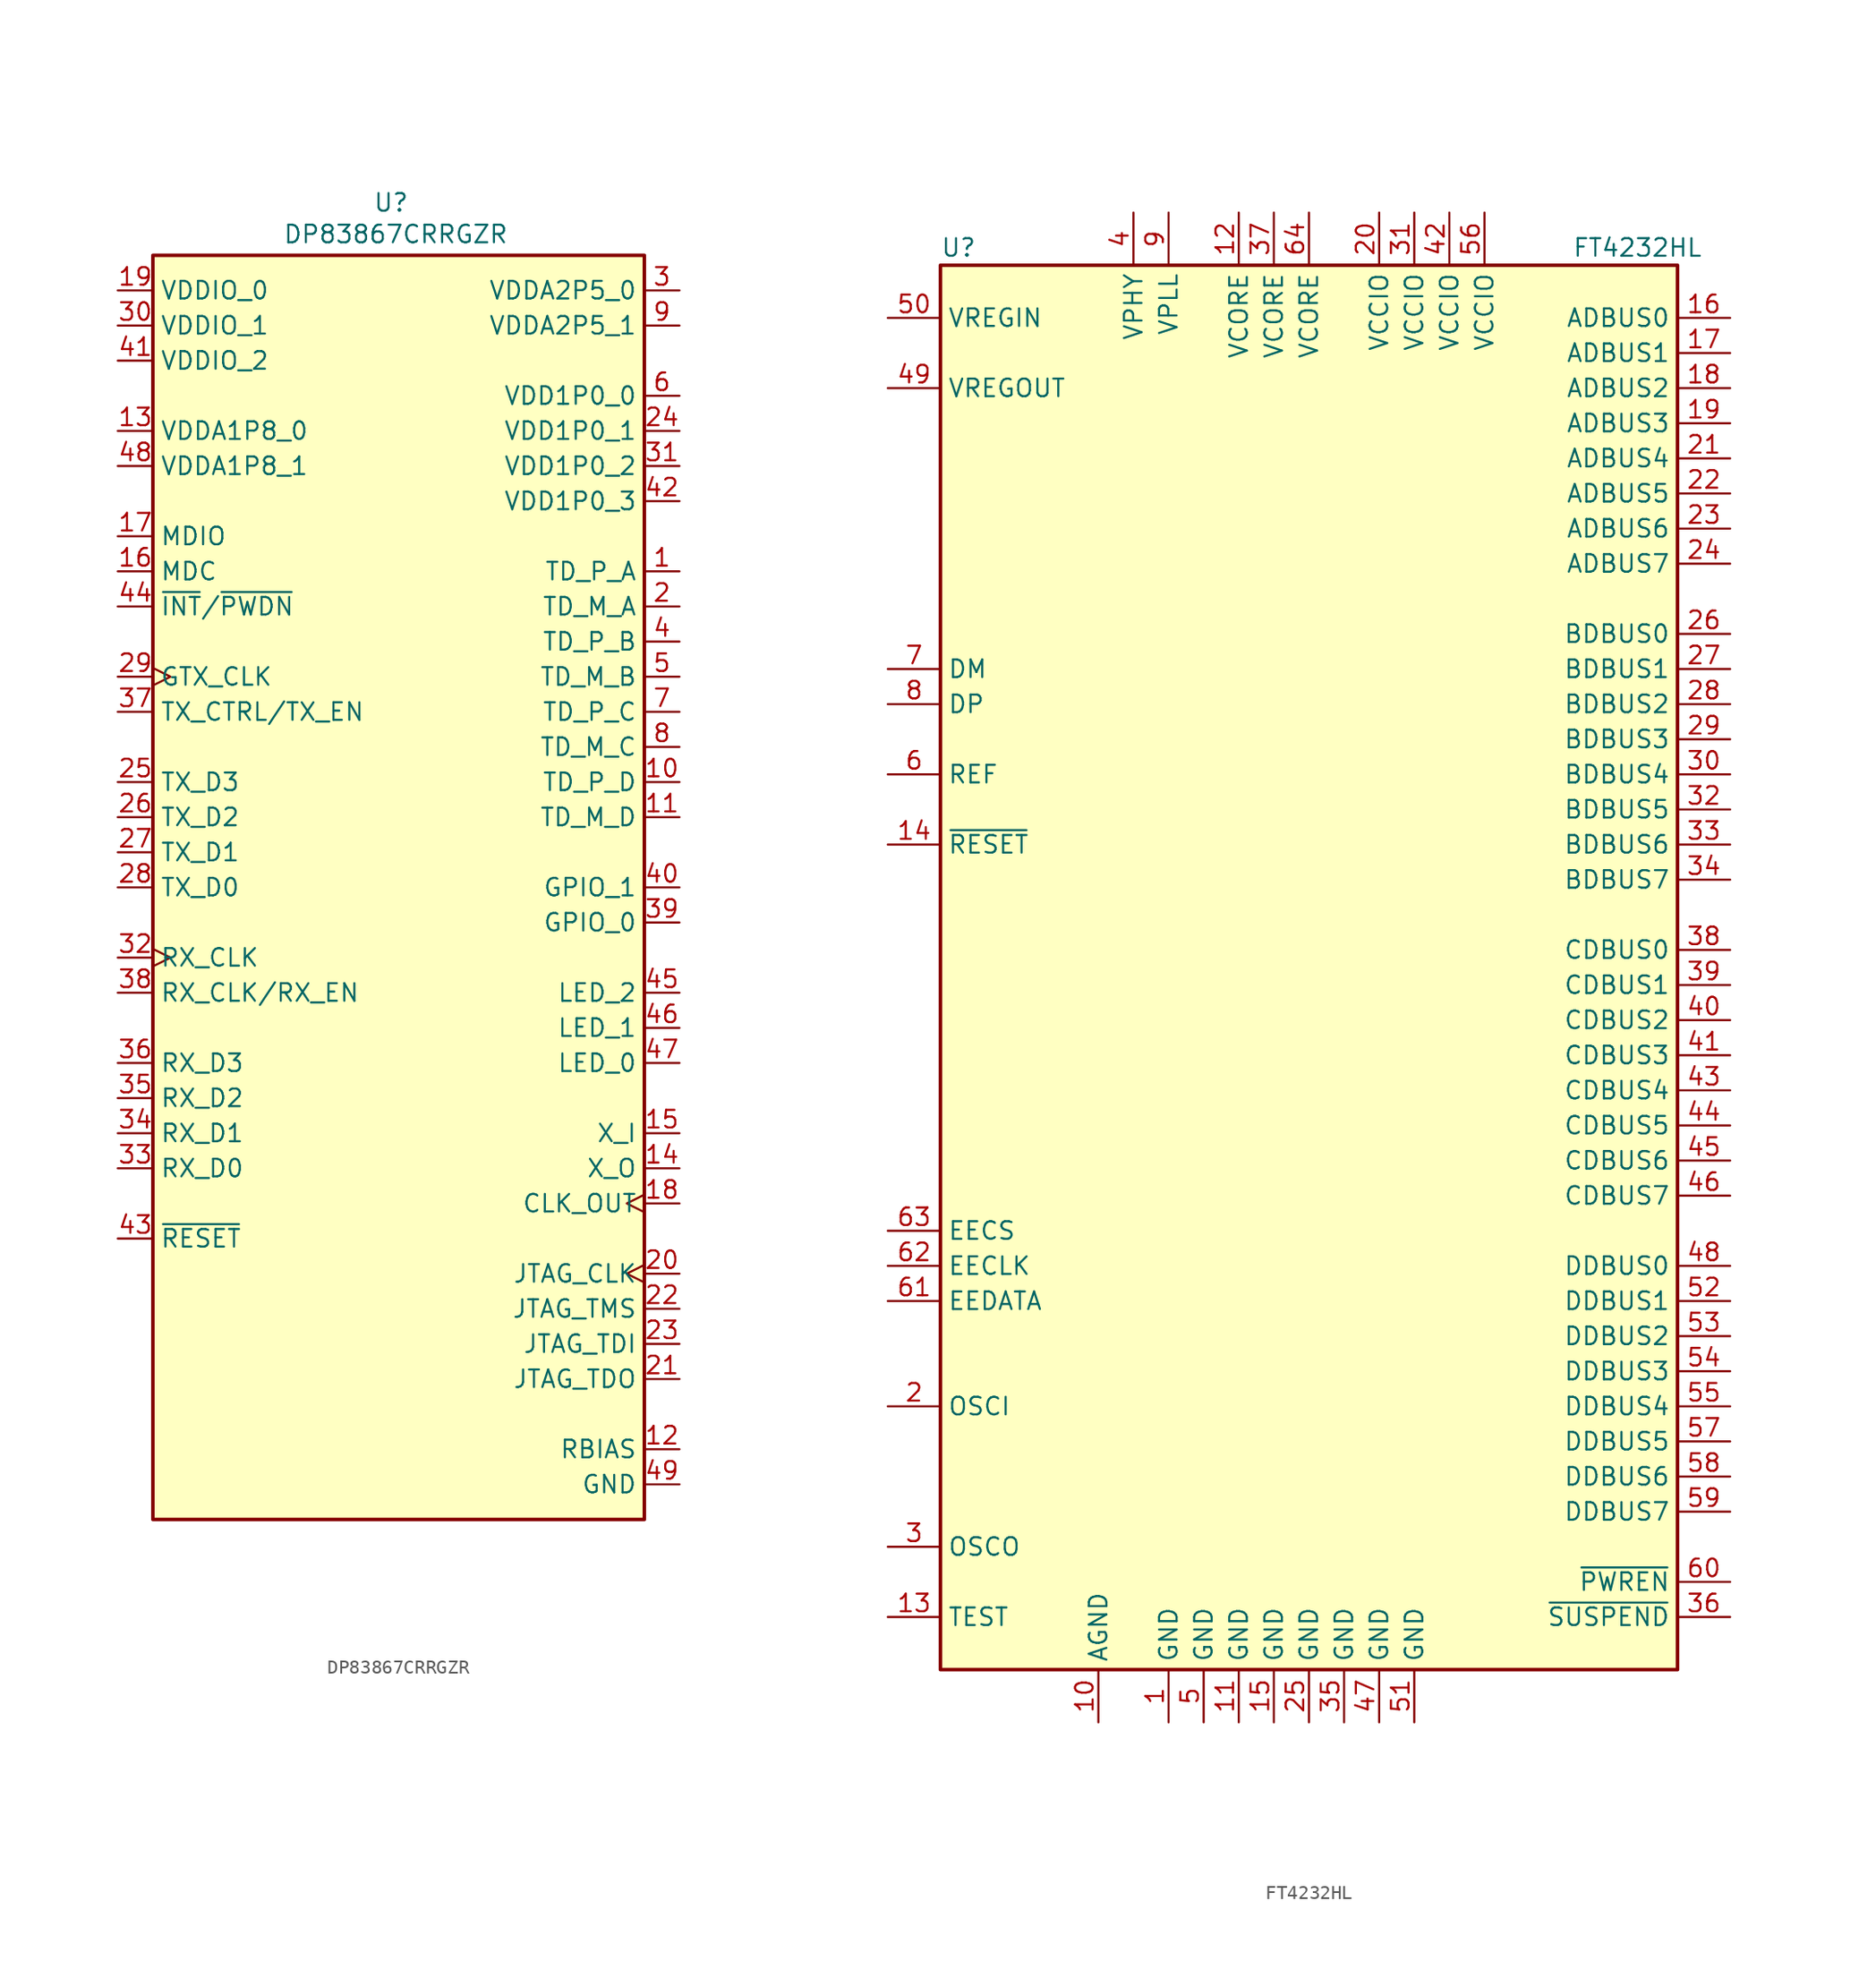
<source format=kicad_sym>
(kicad_symbol_lib
  (version 20230620)
  (generator kicad_symbol_editor)
  (symbol "DP83867CRRGZR"
    (property "Reference" "U"
      (at 0.762 49.53 0)
      (effects (font (size 1.27 1.27)) (justify right)))
    (property "Value" "DP83867CRRGZR"
      (at -8.382 47.244 0)
      (effects (font (size 1.27 1.27)) (justify left)))
    (symbol "DP83867CRRGZR_0_1"
      (rectangle (start -17.78 45.72) (end 17.78 -45.72) (stroke (width 0.254) (type default)) (fill (type background))))
    (symbol "DP83867CRRGZR_1_1"
      (pin passive line (at 20.32 22.86 180) (length 2.54) (name "TD_P_A" (effects (font (size 1.27 1.27)))) (number "1" (effects (font (size 1.27 1.27)))))
      (pin passive line (at 20.32 7.62 180) (length 2.54) (name "TD_P_D" (effects (font (size 1.27 1.27)))) (number "10" (effects (font (size 1.27 1.27)))))
      (pin passive line (at 20.32 5.08 180) (length 2.54) (name "TD_M_D" (effects (font (size 1.27 1.27)))) (number "11" (effects (font (size 1.27 1.27)))))
      (pin passive line (at 20.32 -40.64 180) (length 2.54) (name "RBIAS" (effects (font (size 1.27 1.27)))) (number "12" (effects (font (size 1.27 1.27)))))
      (pin power_in line (at -20.32 33.02 0) (length 2.54) (name "VDDA1P8_0" (effects (font (size 1.27 1.27)))) (number "13" (effects (font (size 1.27 1.27)))))
      (pin output line (at 20.32 -20.32 180) (length 2.54) (name "X_O" (effects (font (size 1.27 1.27)))) (number "14" (effects (font (size 1.27 1.27)))))
      (pin input line (at 20.32 -17.78 180) (length 2.54) (name "X_I" (effects (font (size 1.27 1.27)))) (number "15" (effects (font (size 1.27 1.27)))))
      (pin input line (at -20.32 22.86 0) (length 2.54) (name "MDC" (effects (font (size 1.27 1.27)))) (number "16" (effects (font (size 1.27 1.27)))))
      (pin bidirectional line (at -20.32 25.4 0) (length 2.54) (name "MDIO" (effects (font (size 1.27 1.27)))) (number "17" (effects (font (size 1.27 1.27)))))
      (pin output clock (at 20.32 -22.86 180) (length 2.54) (name "CLK_OUT" (effects (font (size 1.27 1.27)))) (number "18" (effects (font (size 1.27 1.27)))))
      (pin power_in line (at -20.32 43.18 0) (length 2.54) (name "VDDIO_0" (effects (font (size 1.27 1.27)))) (number "19" (effects (font (size 1.27 1.27)))))
      (pin passive line (at 20.32 20.32 180) (length 2.54) (name "TD_M_A" (effects (font (size 1.27 1.27)))) (number "2" (effects (font (size 1.27 1.27)))))
      (pin input clock (at 20.32 -27.94 180) (length 2.54) (name "JTAG_CLK" (effects (font (size 1.27 1.27)))) (number "20" (effects (font (size 1.27 1.27)))))
      (pin output line (at 20.32 -35.56 180) (length 2.54) (name "JTAG_TDO" (effects (font (size 1.27 1.27)))) (number "21" (effects (font (size 1.27 1.27)))))
      (pin input line (at 20.32 -30.48 180) (length 2.54) (name "JTAG_TMS" (effects (font (size 1.27 1.27)))) (number "22" (effects (font (size 1.27 1.27)))))
      (pin input line (at 20.32 -33.02 180) (length 2.54) (name "JTAG_TDI" (effects (font (size 1.27 1.27)))) (number "23" (effects (font (size 1.27 1.27)))))
      (pin power_in line (at 20.32 33.02 180) (length 2.54) (name "VDD1P0_1" (effects (font (size 1.27 1.27)))) (number "24" (effects (font (size 1.27 1.27)))))
      (pin input line (at -20.32 7.62 0) (length 2.54) (name "TX_D3" (effects (font (size 1.27 1.27)))) (number "25" (effects (font (size 1.27 1.27)))))
      (pin input line (at -20.32 5.08 0) (length 2.54) (name "TX_D2" (effects (font (size 1.27 1.27)))) (number "26" (effects (font (size 1.27 1.27)))))
      (pin input line (at -20.32 2.54 0) (length 2.54) (name "TX_D1" (effects (font (size 1.27 1.27)))) (number "27" (effects (font (size 1.27 1.27)))))
      (pin input line (at -20.32 0 0) (length 2.54) (name "TX_D0" (effects (font (size 1.27 1.27)))) (number "28" (effects (font (size 1.27 1.27)))))
      (pin input clock (at -20.32 15.24 0) (length 2.54) (name "GTX_CLK" (effects (font (size 1.27 1.27)))) (number "29" (effects (font (size 1.27 1.27)))))
      (pin power_in line (at 20.32 43.18 180) (length 2.54) (name "VDDA2P5_0" (effects (font (size 1.27 1.27)))) (number "3" (effects (font (size 1.27 1.27)))))
      (pin power_in line (at -20.32 40.64 0) (length 2.54) (name "VDDIO_1" (effects (font (size 1.27 1.27)))) (number "30" (effects (font (size 1.27 1.27)))))
      (pin power_in line (at 20.32 30.48 180) (length 2.54) (name "VDD1P0_2" (effects (font (size 1.27 1.27)))) (number "31" (effects (font (size 1.27 1.27)))))
      (pin output clock (at -20.32 -5.08 0) (length 2.54) (name "RX_CLK" (effects (font (size 1.27 1.27)))) (number "32" (effects (font (size 1.27 1.27)))))
      (pin output line (at -20.32 -20.32 0) (length 2.54) (name "RX_D0" (effects (font (size 1.27 1.27)))) (number "33" (effects (font (size 1.27 1.27)))))
      (pin output line (at -20.32 -17.78 0) (length 2.54) (name "RX_D1" (effects (font (size 1.27 1.27)))) (number "34" (effects (font (size 1.27 1.27)))))
      (pin output line (at -20.32 -15.24 0) (length 2.54) (name "RX_D2" (effects (font (size 1.27 1.27)))) (number "35" (effects (font (size 1.27 1.27)))))
      (pin output line (at -20.32 -12.7 0) (length 2.54) (name "RX_D3" (effects (font (size 1.27 1.27)))) (number "36" (effects (font (size 1.27 1.27)))))
      (pin input line (at -20.32 12.7 0) (length 2.54) (name "TX_CTRL/TX_EN" (effects (font (size 1.27 1.27)))) (number "37" (effects (font (size 1.27 1.27)))))
      (pin output line (at -20.32 -7.62 0) (length 2.54) (name "RX_CLK/RX_EN" (effects (font (size 1.27 1.27)))) (number "38" (effects (font (size 1.27 1.27)))))
      (pin bidirectional line (at 20.32 -2.54 180) (length 2.54) (name "GPIO_0" (effects (font (size 1.27 1.27)))) (number "39" (effects (font (size 1.27 1.27)))))
      (pin passive line (at 20.32 17.78 180) (length 2.54) (name "TD_P_B" (effects (font (size 1.27 1.27)))) (number "4" (effects (font (size 1.27 1.27)))))
      (pin bidirectional line (at 20.32 0 180) (length 2.54) (name "GPIO_1" (effects (font (size 1.27 1.27)))) (number "40" (effects (font (size 1.27 1.27)))))
      (pin power_in line (at -20.32 38.1 0) (length 2.54) (name "VDDIO_2" (effects (font (size 1.27 1.27)))) (number "41" (effects (font (size 1.27 1.27)))))
      (pin power_in line (at 20.32 27.94 180) (length 2.54) (name "VDD1P0_3" (effects (font (size 1.27 1.27)))) (number "42" (effects (font (size 1.27 1.27)))))
      (pin input line (at -20.32 -25.4 0) (length 2.54) (name "~{RESET}" (effects (font (size 1.27 1.27)))) (number "43" (effects (font (size 1.27 1.27)))))
      (pin bidirectional line (at -20.32 20.32 0) (length 2.54) (name "~{INT}/~{PWDN}" (effects (font (size 1.27 1.27)))) (number "44" (effects (font (size 1.27 1.27)))))
      (pin bidirectional line (at 20.32 -7.62 180) (length 2.54) (name "LED_2" (effects (font (size 1.27 1.27)))) (number "45" (effects (font (size 1.27 1.27)))))
      (pin bidirectional line (at 20.32 -10.16 180) (length 2.54) (name "LED_1" (effects (font (size 1.27 1.27)))) (number "46" (effects (font (size 1.27 1.27)))))
      (pin bidirectional line (at 20.32 -12.7 180) (length 2.54) (name "LED_0" (effects (font (size 1.27 1.27)))) (number "47" (effects (font (size 1.27 1.27)))))
      (pin power_in line (at -20.32 30.48 0) (length 2.54) (name "VDDA1P8_1" (effects (font (size 1.27 1.27)))) (number "48" (effects (font (size 1.27 1.27)))))
      (pin power_in line (at 20.32 -43.18 180) (length 2.54) (name "GND" (effects (font (size 1.27 1.27)))) (number "49" (effects (font (size 1.27 1.27)))))
      (pin passive line (at 20.32 15.24 180) (length 2.54) (name "TD_M_B" (effects (font (size 1.27 1.27)))) (number "5" (effects (font (size 1.27 1.27)))))
      (pin power_in line (at 20.32 35.56 180) (length 2.54) (name "VDD1P0_0" (effects (font (size 1.27 1.27)))) (number "6" (effects (font (size 1.27 1.27)))))
      (pin passive line (at 20.32 12.7 180) (length 2.54) (name "TD_P_C" (effects (font (size 1.27 1.27)))) (number "7" (effects (font (size 1.27 1.27)))))
      (pin passive line (at 20.32 10.16 180) (length 2.54) (name "TD_M_C" (effects (font (size 1.27 1.27)))) (number "8" (effects (font (size 1.27 1.27)))))
      (pin power_in line (at 20.32 40.64 180) (length 2.54) (name "VDDA2P5_1" (effects (font (size 1.27 1.27)))) (number "9" (effects (font (size 1.27 1.27)))))))
  (symbol "FT4232HL"
    (property "Reference" "U"
      (at -26.67 53.34 0)
      (effects (font (size 1.27 1.27)) (justify left)))
    (property "Value" "FT4232HL"
      (at 19.05 53.34 0)
      (effects (font (size 1.27 1.27)) (justify left)))
    (symbol "FT4232HL_0_1"
      (rectangle (start -26.67 -49.53) (end 26.67 52.07) (stroke (width 0.254) (type default)) (fill (type background))))
    (symbol "FT4232HL_1_1"
      (pin power_in line (at -10.16 -53.34 90) (length 3.81) (name "GND" (effects (font (size 1.27 1.27)))) (number "1" (effects (font (size 1.27 1.27)))))
      (pin power_in line (at -15.24 -53.34 90) (length 3.81) (name "AGND" (effects (font (size 1.27 1.27)))) (number "10" (effects (font (size 1.27 1.27)))))
      (pin power_in line (at -5.08 -53.34 90) (length 3.81) (name "GND" (effects (font (size 1.27 1.27)))) (number "11" (effects (font (size 1.27 1.27)))))
      (pin power_in line (at -5.08 55.88 270) (length 3.81) (name "VCORE" (effects (font (size 1.27 1.27)))) (number "12" (effects (font (size 1.27 1.27)))))
      (pin input line (at -30.48 -45.72 0) (length 3.81) (name "TEST" (effects (font (size 1.27 1.27)))) (number "13" (effects (font (size 1.27 1.27)))))
      (pin input line (at -30.48 10.16 0) (length 3.81) (name "~{RESET}" (effects (font (size 1.27 1.27)))) (number "14" (effects (font (size 1.27 1.27)))))
      (pin power_in line (at -2.54 -53.34 90) (length 3.81) (name "GND" (effects (font (size 1.27 1.27)))) (number "15" (effects (font (size 1.27 1.27)))))
      (pin bidirectional line (at 30.48 48.26 180) (length 3.81) (name "ADBUS0" (effects (font (size 1.27 1.27)))) (number "16" (effects (font (size 1.27 1.27)))))
      (pin bidirectional line (at 30.48 45.72 180) (length 3.81) (name "ADBUS1" (effects (font (size 1.27 1.27)))) (number "17" (effects (font (size 1.27 1.27)))))
      (pin bidirectional line (at 30.48 43.18 180) (length 3.81) (name "ADBUS2" (effects (font (size 1.27 1.27)))) (number "18" (effects (font (size 1.27 1.27)))))
      (pin bidirectional line (at 30.48 40.64 180) (length 3.81) (name "ADBUS3" (effects (font (size 1.27 1.27)))) (number "19" (effects (font (size 1.27 1.27)))))
      (pin input line (at -30.48 -30.48 0) (length 3.81) (name "OSCI" (effects (font (size 1.27 1.27)))) (number "2" (effects (font (size 1.27 1.27)))))
      (pin power_in line (at 5.08 55.88 270) (length 3.81) (name "VCCIO" (effects (font (size 1.27 1.27)))) (number "20" (effects (font (size 1.27 1.27)))))
      (pin bidirectional line (at 30.48 38.1 180) (length 3.81) (name "ADBUS4" (effects (font (size 1.27 1.27)))) (number "21" (effects (font (size 1.27 1.27)))))
      (pin bidirectional line (at 30.48 35.56 180) (length 3.81) (name "ADBUS5" (effects (font (size 1.27 1.27)))) (number "22" (effects (font (size 1.27 1.27)))))
      (pin bidirectional line (at 30.48 33.02 180) (length 3.81) (name "ADBUS6" (effects (font (size 1.27 1.27)))) (number "23" (effects (font (size 1.27 1.27)))))
      (pin bidirectional line (at 30.48 30.48 180) (length 3.81) (name "ADBUS7" (effects (font (size 1.27 1.27)))) (number "24" (effects (font (size 1.27 1.27)))))
      (pin power_in line (at 0 -53.34 90) (length 3.81) (name "GND" (effects (font (size 1.27 1.27)))) (number "25" (effects (font (size 1.27 1.27)))))
      (pin bidirectional line (at 30.48 25.4 180) (length 3.81) (name "BDBUS0" (effects (font (size 1.27 1.27)))) (number "26" (effects (font (size 1.27 1.27)))))
      (pin bidirectional line (at 30.48 22.86 180) (length 3.81) (name "BDBUS1" (effects (font (size 1.27 1.27)))) (number "27" (effects (font (size 1.27 1.27)))))
      (pin bidirectional line (at 30.48 20.32 180) (length 3.81) (name "BDBUS2" (effects (font (size 1.27 1.27)))) (number "28" (effects (font (size 1.27 1.27)))))
      (pin bidirectional line (at 30.48 17.78 180) (length 3.81) (name "BDBUS3" (effects (font (size 1.27 1.27)))) (number "29" (effects (font (size 1.27 1.27)))))
      (pin output line (at -30.48 -40.64 0) (length 3.81) (name "OSCO" (effects (font (size 1.27 1.27)))) (number "3" (effects (font (size 1.27 1.27)))))
      (pin bidirectional line (at 30.48 15.24 180) (length 3.81) (name "BDBUS4" (effects (font (size 1.27 1.27)))) (number "30" (effects (font (size 1.27 1.27)))))
      (pin power_in line (at 7.62 55.88 270) (length 3.81) (name "VCCIO" (effects (font (size 1.27 1.27)))) (number "31" (effects (font (size 1.27 1.27)))))
      (pin bidirectional line (at 30.48 12.7 180) (length 3.81) (name "BDBUS5" (effects (font (size 1.27 1.27)))) (number "32" (effects (font (size 1.27 1.27)))))
      (pin bidirectional line (at 30.48 10.16 180) (length 3.81) (name "BDBUS6" (effects (font (size 1.27 1.27)))) (number "33" (effects (font (size 1.27 1.27)))))
      (pin bidirectional line (at 30.48 7.62 180) (length 3.81) (name "BDBUS7" (effects (font (size 1.27 1.27)))) (number "34" (effects (font (size 1.27 1.27)))))
      (pin power_in line (at 2.54 -53.34 90) (length 3.81) (name "GND" (effects (font (size 1.27 1.27)))) (number "35" (effects (font (size 1.27 1.27)))))
      (pin output line (at 30.48 -45.72 180) (length 3.81) (name "~{SUSPEND}" (effects (font (size 1.27 1.27)))) (number "36" (effects (font (size 1.27 1.27)))))
      (pin power_in line (at -2.54 55.88 270) (length 3.81) (name "VCORE" (effects (font (size 1.27 1.27)))) (number "37" (effects (font (size 1.27 1.27)))))
      (pin bidirectional line (at 30.48 2.54 180) (length 3.81) (name "CDBUS0" (effects (font (size 1.27 1.27)))) (number "38" (effects (font (size 1.27 1.27)))))
      (pin bidirectional line (at 30.48 0 180) (length 3.81) (name "CDBUS1" (effects (font (size 1.27 1.27)))) (number "39" (effects (font (size 1.27 1.27)))))
      (pin power_in line (at -12.7 55.88 270) (length 3.81) (name "VPHY" (effects (font (size 1.27 1.27)))) (number "4" (effects (font (size 1.27 1.27)))))
      (pin bidirectional line (at 30.48 -2.54 180) (length 3.81) (name "CDBUS2" (effects (font (size 1.27 1.27)))) (number "40" (effects (font (size 1.27 1.27)))))
      (pin bidirectional line (at 30.48 -5.08 180) (length 3.81) (name "CDBUS3" (effects (font (size 1.27 1.27)))) (number "41" (effects (font (size 1.27 1.27)))))
      (pin power_in line (at 10.16 55.88 270) (length 3.81) (name "VCCIO" (effects (font (size 1.27 1.27)))) (number "42" (effects (font (size 1.27 1.27)))))
      (pin bidirectional line (at 30.48 -7.62 180) (length 3.81) (name "CDBUS4" (effects (font (size 1.27 1.27)))) (number "43" (effects (font (size 1.27 1.27)))))
      (pin bidirectional line (at 30.48 -10.16 180) (length 3.81) (name "CDBUS5" (effects (font (size 1.27 1.27)))) (number "44" (effects (font (size 1.27 1.27)))))
      (pin bidirectional line (at 30.48 -12.7 180) (length 3.81) (name "CDBUS6" (effects (font (size 1.27 1.27)))) (number "45" (effects (font (size 1.27 1.27)))))
      (pin bidirectional line (at 30.48 -15.24 180) (length 3.81) (name "CDBUS7" (effects (font (size 1.27 1.27)))) (number "46" (effects (font (size 1.27 1.27)))))
      (pin power_in line (at 5.08 -53.34 90) (length 3.81) (name "GND" (effects (font (size 1.27 1.27)))) (number "47" (effects (font (size 1.27 1.27)))))
      (pin bidirectional line (at 30.48 -20.32 180) (length 3.81) (name "DDBUS0" (effects (font (size 1.27 1.27)))) (number "48" (effects (font (size 1.27 1.27)))))
      (pin power_out line (at -30.48 43.18 0) (length 3.81) (name "VREGOUT" (effects (font (size 1.27 1.27)))) (number "49" (effects (font (size 1.27 1.27)))))
      (pin power_in line (at -7.62 -53.34 90) (length 3.81) (name "GND" (effects (font (size 1.27 1.27)))) (number "5" (effects (font (size 1.27 1.27)))))
      (pin power_in line (at -30.48 48.26 0) (length 3.81) (name "VREGIN" (effects (font (size 1.27 1.27)))) (number "50" (effects (font (size 1.27 1.27)))))
      (pin power_in line (at 7.62 -53.34 90) (length 3.81) (name "GND" (effects (font (size 1.27 1.27)))) (number "51" (effects (font (size 1.27 1.27)))))
      (pin bidirectional line (at 30.48 -22.86 180) (length 3.81) (name "DDBUS1" (effects (font (size 1.27 1.27)))) (number "52" (effects (font (size 1.27 1.27)))))
      (pin bidirectional line (at 30.48 -25.4 180) (length 3.81) (name "DDBUS2" (effects (font (size 1.27 1.27)))) (number "53" (effects (font (size 1.27 1.27)))))
      (pin bidirectional line (at 30.48 -27.94 180) (length 3.81) (name "DDBUS3" (effects (font (size 1.27 1.27)))) (number "54" (effects (font (size 1.27 1.27)))))
      (pin bidirectional line (at 30.48 -30.48 180) (length 3.81) (name "DDBUS4" (effects (font (size 1.27 1.27)))) (number "55" (effects (font (size 1.27 1.27)))))
      (pin power_in line (at 12.7 55.88 270) (length 3.81) (name "VCCIO" (effects (font (size 1.27 1.27)))) (number "56" (effects (font (size 1.27 1.27)))))
      (pin bidirectional line (at 30.48 -33.02 180) (length 3.81) (name "DDBUS5" (effects (font (size 1.27 1.27)))) (number "57" (effects (font (size 1.27 1.27)))))
      (pin bidirectional line (at 30.48 -35.56 180) (length 3.81) (name "DDBUS6" (effects (font (size 1.27 1.27)))) (number "58" (effects (font (size 1.27 1.27)))))
      (pin bidirectional line (at 30.48 -38.1 180) (length 3.81) (name "DDBUS7" (effects (font (size 1.27 1.27)))) (number "59" (effects (font (size 1.27 1.27)))))
      (pin input line (at -30.48 15.24 0) (length 3.81) (name "REF" (effects (font (size 1.27 1.27)))) (number "6" (effects (font (size 1.27 1.27)))))
      (pin output line (at 30.48 -43.18 180) (length 3.81) (name "~{PWREN}" (effects (font (size 1.27 1.27)))) (number "60" (effects (font (size 1.27 1.27)))))
      (pin bidirectional line (at -30.48 -22.86 0) (length 3.81) (name "EEDATA" (effects (font (size 1.27 1.27)))) (number "61" (effects (font (size 1.27 1.27)))))
      (pin output line (at -30.48 -20.32 0) (length 3.81) (name "EECLK" (effects (font (size 1.27 1.27)))) (number "62" (effects (font (size 1.27 1.27)))))
      (pin output line (at -30.48 -17.78 0) (length 3.81) (name "EECS" (effects (font (size 1.27 1.27)))) (number "63" (effects (font (size 1.27 1.27)))))
      (pin power_in line (at 0 55.88 270) (length 3.81) (name "VCORE" (effects (font (size 1.27 1.27)))) (number "64" (effects (font (size 1.27 1.27)))))
      (pin bidirectional line (at -30.48 22.86 0) (length 3.81) (name "DM" (effects (font (size 1.27 1.27)))) (number "7" (effects (font (size 1.27 1.27)))))
      (pin bidirectional line (at -30.48 20.32 0) (length 3.81) (name "DP" (effects (font (size 1.27 1.27)))) (number "8" (effects (font (size 1.27 1.27)))))
      (pin power_in line (at -10.16 55.88 270) (length 3.81) (name "VPLL" (effects (font (size 1.27 1.27)))) (number "9" (effects (font (size 1.27 1.27))))))))
</source>
